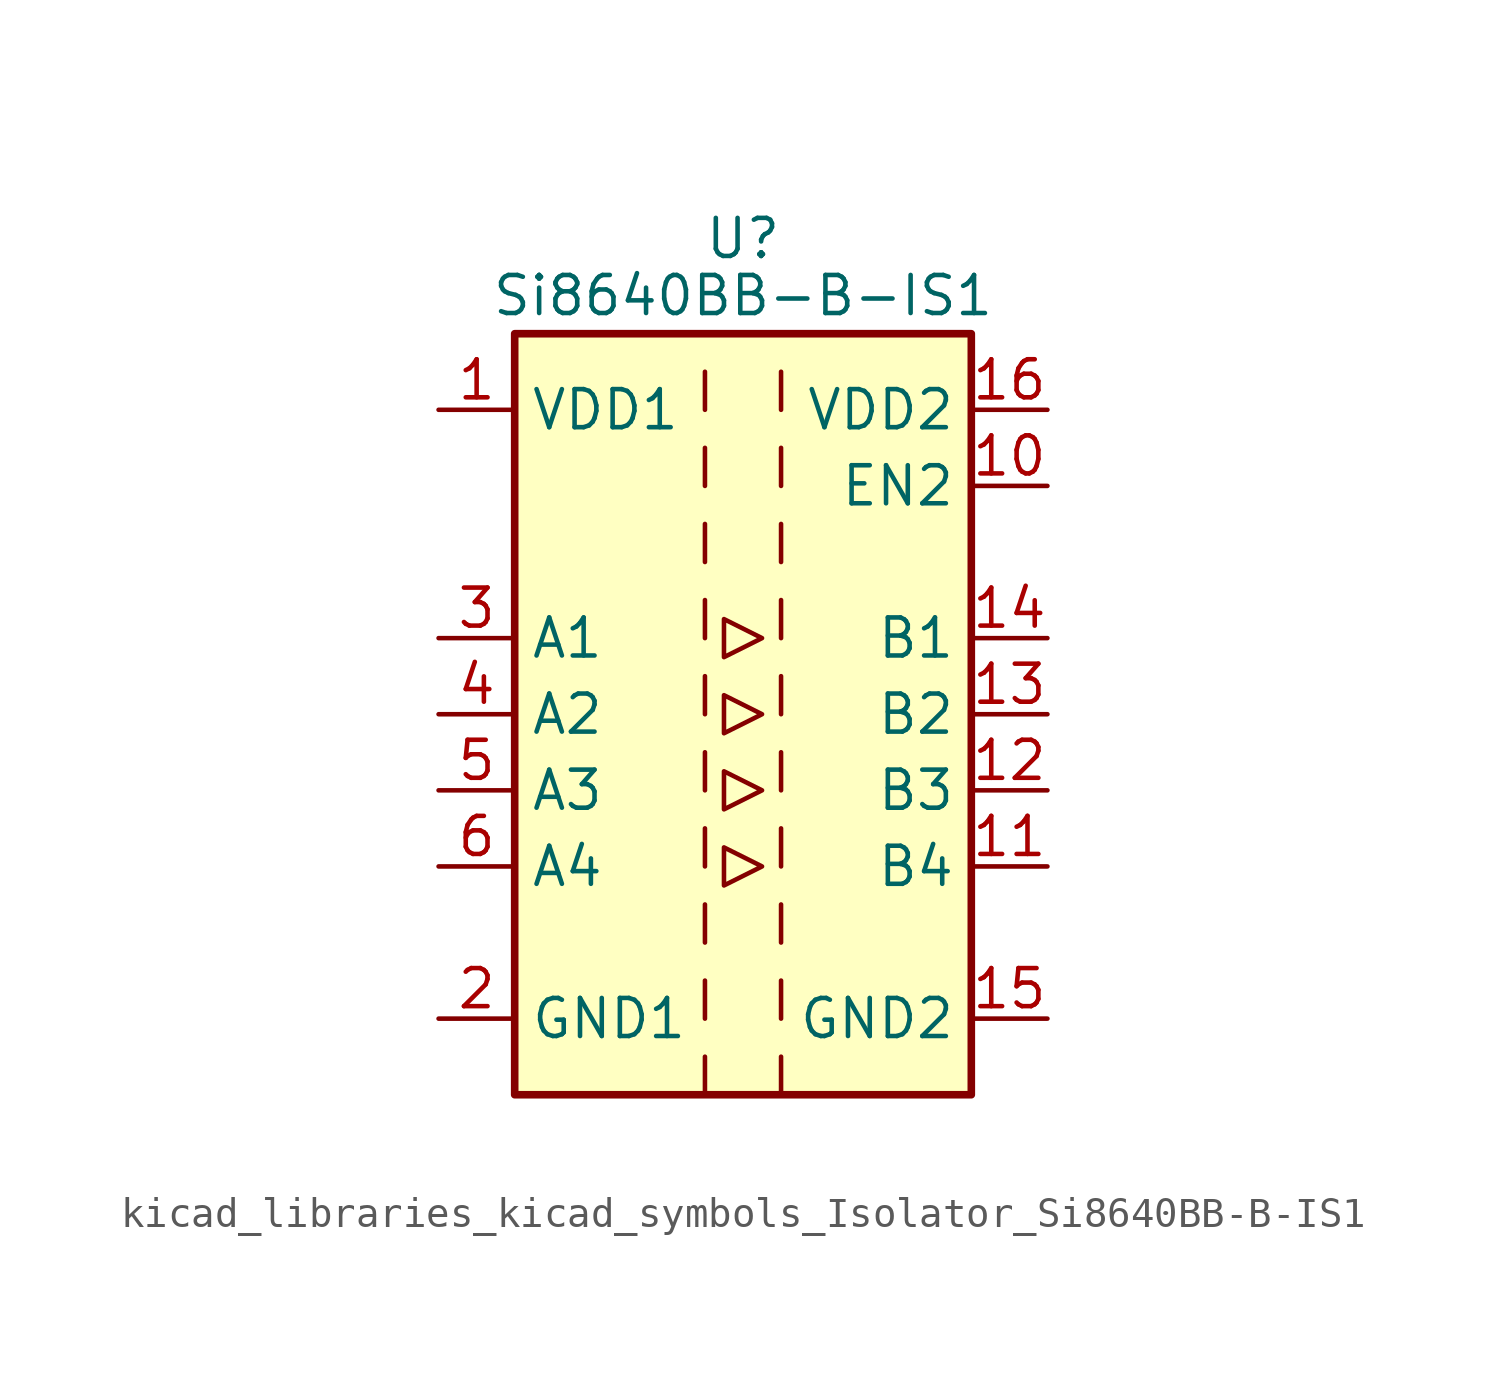
<source format=kicad_sym>
(kicad_symbol_lib
  (version 20220914)
  (generator kicad_symbol_editor)
  (symbol "kicad_libraries_kicad_symbols_Isolator_Si8640BB-B-IS1"
    (property "Reference" "U"
      (at 0 15.875 0)
      (effects (font (size 1.27 1.27))))
    (property "Value" "Si8640BB-B-IS1"
      (at 0 13.97 0)
      (effects (font (size 1.27 1.27))))
    (symbol "kicad_libraries_kicad_symbols_Isolator_Si8640BB-B-IS1_0_1"
      (rectangle (start -7.62 12.7) (end 7.62 -12.7) (stroke (width 0.254) (type default)) (fill (type background)))
      (polyline (pts (xy -1.27 -11.43) (xy -1.27 -12.7)) (stroke (width 0) (type default)) (fill (type none)))
      (polyline (pts (xy -1.27 -8.89) (xy -1.27 -10.16)) (stroke (width 0) (type default)) (fill (type none)))
      (polyline (pts (xy -1.27 -6.35) (xy -1.27 -7.62)) (stroke (width 0) (type default)) (fill (type none)))
      (polyline (pts (xy -1.27 -3.81) (xy -1.27 -5.08)) (stroke (width 0) (type default)) (fill (type none)))
      (polyline (pts (xy -1.27 -1.27) (xy -1.27 -2.54)) (stroke (width 0) (type default)) (fill (type none)))
      (polyline (pts (xy -1.27 1.27) (xy -1.27 0)) (stroke (width 0) (type default)) (fill (type none)))
      (polyline (pts (xy -1.27 3.81) (xy -1.27 2.54)) (stroke (width 0) (type default)) (fill (type none)))
      (polyline (pts (xy -1.27 6.35) (xy -1.27 5.08)) (stroke (width 0) (type default)) (fill (type none)))
      (polyline (pts (xy -1.27 8.89) (xy -1.27 7.62)) (stroke (width 0) (type default)) (fill (type none)))
      (polyline (pts (xy -1.27 11.43) (xy -1.27 10.16)) (stroke (width 0) (type default)) (fill (type none)))
      (polyline (pts (xy 1.27 -11.43) (xy 1.27 -12.7)) (stroke (width 0) (type default)) (fill (type none)))
      (polyline (pts (xy 1.27 -8.89) (xy 1.27 -10.16)) (stroke (width 0) (type default)) (fill (type none)))
      (polyline (pts (xy 1.27 -6.35) (xy 1.27 -7.62)) (stroke (width 0) (type default)) (fill (type none)))
      (polyline (pts (xy 1.27 -3.81) (xy 1.27 -5.08)) (stroke (width 0) (type default)) (fill (type none)))
      (polyline (pts (xy 1.27 -1.27) (xy 1.27 -2.54)) (stroke (width 0) (type default)) (fill (type none)))
      (polyline (pts (xy 1.27 1.27) (xy 1.27 0)) (stroke (width 0) (type default)) (fill (type none)))
      (polyline (pts (xy 1.27 3.81) (xy 1.27 2.54)) (stroke (width 0) (type default)) (fill (type none)))
      (polyline (pts (xy 1.27 6.35) (xy 1.27 5.08)) (stroke (width 0) (type default)) (fill (type none)))
      (polyline (pts (xy 1.27 8.89) (xy 1.27 7.62)) (stroke (width 0) (type default)) (fill (type none)))
      (polyline (pts (xy 1.27 11.43) (xy 1.27 10.16)) (stroke (width 0) (type default)) (fill (type none)))
      (polyline (pts (xy -0.635 0.635) (xy -0.635 -0.635) (xy 0.635 0) (xy -0.635 0.635)) (stroke (width 0) (type default)) (fill (type none)))
      (polyline (pts (xy -0.635 3.175) (xy -0.635 1.905) (xy 0.635 2.54) (xy -0.635 3.175)) (stroke (width 0) (type default)) (fill (type none)))
      (polyline (pts (xy 0.635 -5.08) (xy -0.635 -4.445) (xy -0.635 -5.715) (xy 0.635 -5.08)) (stroke (width 0) (type default)) (fill (type none)))
      (polyline (pts (xy 0.635 -2.54) (xy -0.635 -1.905) (xy -0.635 -3.175) (xy 0.635 -2.54)) (stroke (width 0) (type default)) (fill (type none))))
    (symbol "kicad_libraries_kicad_symbols_Isolator_Si8640BB-B-IS1_1_1"
      (pin power_in line (at -10.16 10.16 0) (length 2.54) (name "VDD1" (effects (font (size 1.27 1.27)))) (number "1" (effects (font (size 1.27 1.27)))))
      (pin input line (at 10.16 7.62 180) (length 2.54) (name "EN2" (effects (font (size 1.27 1.27)))) (number "10" (effects (font (size 1.27 1.27)))))
      (pin output line (at 10.16 -5.08 180) (length 2.54) (name "B4" (effects (font (size 1.27 1.27)))) (number "11" (effects (font (size 1.27 1.27)))))
      (pin output line (at 10.16 -2.54 180) (length 2.54) (name "B3" (effects (font (size 1.27 1.27)))) (number "12" (effects (font (size 1.27 1.27)))))
      (pin output line (at 10.16 0 180) (length 2.54) (name "B2" (effects (font (size 1.27 1.27)))) (number "13" (effects (font (size 1.27 1.27)))))
      (pin output line (at 10.16 2.54 180) (length 2.54) (name "B1" (effects (font (size 1.27 1.27)))) (number "14" (effects (font (size 1.27 1.27)))))
      (pin power_in line (at 10.16 -10.16 180) (length 2.54) (name "GND2" (effects (font (size 1.27 1.27)))) (number "15" (effects (font (size 1.27 1.27)))))
      (pin power_in line (at 10.16 10.16 180) (length 2.54) (name "VDD2" (effects (font (size 1.27 1.27)))) (number "16" (effects (font (size 1.27 1.27)))))
      (pin power_in line (at -10.16 -10.16 0) (length 2.54) (name "GND1" (effects (font (size 1.27 1.27)))) (number "2" (effects (font (size 1.27 1.27)))))
      (pin input line (at -10.16 2.54 0) (length 2.54) (name "A1" (effects (font (size 1.27 1.27)))) (number "3" (effects (font (size 1.27 1.27)))))
      (pin input line (at -10.16 0 0) (length 2.54) (name "A2" (effects (font (size 1.27 1.27)))) (number "4" (effects (font (size 1.27 1.27)))))
      (pin input line (at -10.16 -2.54 0) (length 2.54) (name "A3" (effects (font (size 1.27 1.27)))) (number "5" (effects (font (size 1.27 1.27)))))
      (pin input line (at -10.16 -5.08 0) (length 2.54) (name "A4" (effects (font (size 1.27 1.27)))) (number "6" (effects (font (size 1.27 1.27)))))
      (pin no_connect line (at -7.62 7.62 0) (length 2.54) hide (name "NC" (effects (font (size 1.27 1.27)))) (number "7" (effects (font (size 1.27 1.27)))))
      (pin passive line (at -10.16 -10.16 0) (length 2.54) hide (name "GND1" (effects (font (size 1.27 1.27)))) (number "8" (effects (font (size 1.27 1.27)))))
      (pin passive line (at 10.16 -10.16 180) (length 2.54) hide (name "GND2" (effects (font (size 1.27 1.27)))) (number "9" (effects (font (size 1.27 1.27))))))))
</source>
